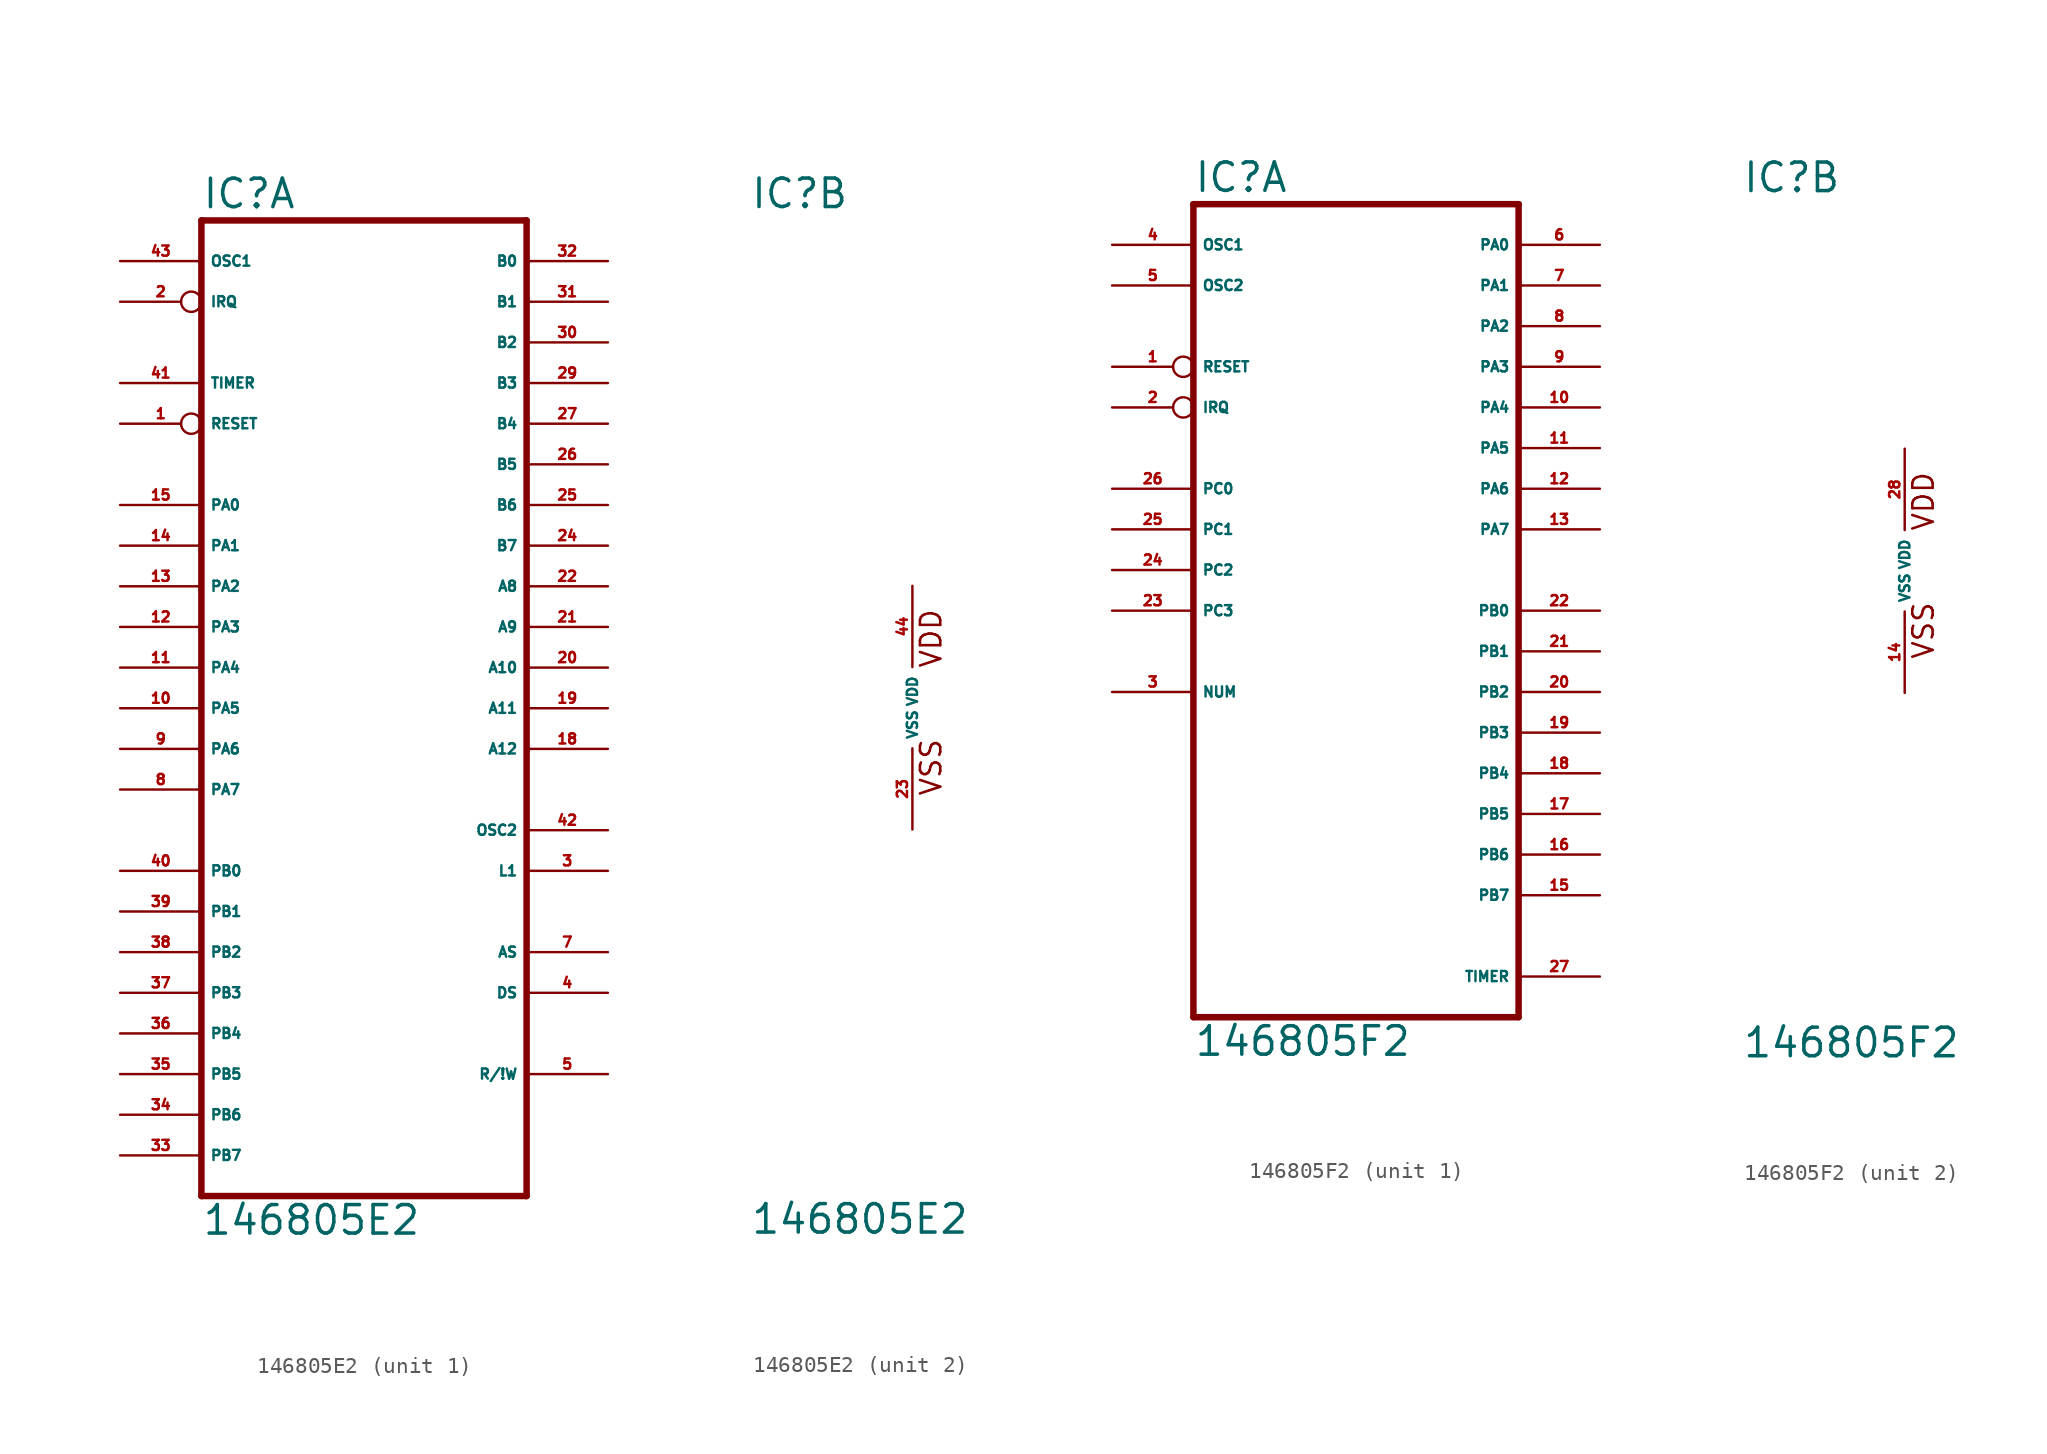
<source format=kicad_sym>
(kicad_symbol_lib
  (version 20220914)
  (generator Eagle2Kicad)
  (symbol "146805E2"
    (property "Reference" "IC"
      (at -10.16 31.115 0)
      (effects (font (size 1.778 1.778) (thickness 0.22)) (justify left bottom)))
    (property "Value" "146805E2"
      (at -10.16 -33.02 0)
      (effects (font (size 1.778 1.778) (thickness 0.22)) (justify left bottom)))
    (symbol "146805E2_1_0"
      (polyline (pts (xy -10.16 -30.48) (xy 10.16 -30.48)) (stroke (width 0.406) (type default)) (fill (type none)))
      (polyline (pts (xy 10.16 -30.48) (xy 10.16 30.48)) (stroke (width 0.406) (type default)) (fill (type none)))
      (polyline (pts (xy 10.16 30.48) (xy -10.16 30.48)) (stroke (width 0.406) (type default)) (fill (type none)))
      (polyline (pts (xy -10.16 30.48) (xy -10.16 -30.48)) (stroke (width 0.406) (type default)) (fill (type none)))
      (pin input inverted (at -15.24 17.78 0) (length 5.08) (name "RESET" (effects (font (size 0.635 0.635) (thickness 0.08)) (justify left bottom))) (number "1" (effects (font (size 0.635 0.635) (thickness 0.08)) (justify left bottom))))
      (pin input inverted (at -15.24 25.4 0) (length 5.08) (name "IRQ" (effects (font (size 0.635 0.635) (thickness 0.08)) (justify left bottom))) (number "2" (effects (font (size 0.635 0.635) (thickness 0.08)) (justify left bottom))))
      (pin output line (at 15.24 -10.16 180) (length 5.08) (name "L1" (effects (font (size 0.635 0.635) (thickness 0.08)) (justify left bottom))) (number "3" (effects (font (size 0.635 0.635) (thickness 0.08)) (justify left bottom))))
      (pin output line (at 15.24 -17.78 180) (length 5.08) (name "DS" (effects (font (size 0.635 0.635) (thickness 0.08)) (justify left bottom))) (number "4" (effects (font (size 0.635 0.635) (thickness 0.08)) (justify left bottom))))
      (pin output line (at 15.24 -22.86 180) (length 5.08) (name "R/!W" (effects (font (size 0.635 0.635) (thickness 0.08)) (justify left bottom))) (number "5" (effects (font (size 0.635 0.635) (thickness 0.08)) (justify left bottom))))
      (pin output line (at 15.24 -15.24 180) (length 5.08) (name "AS" (effects (font (size 0.635 0.635) (thickness 0.08)) (justify left bottom))) (number "7" (effects (font (size 0.635 0.635) (thickness 0.08)) (justify left bottom))))
      (pin bidirectional line (at -15.24 -5.08 0) (length 5.08) (name "PA7" (effects (font (size 0.635 0.635) (thickness 0.08)) (justify left bottom))) (number "8" (effects (font (size 0.635 0.635) (thickness 0.08)) (justify left bottom))))
      (pin bidirectional line (at -15.24 -2.54 0) (length 5.08) (name "PA6" (effects (font (size 0.635 0.635) (thickness 0.08)) (justify left bottom))) (number "9" (effects (font (size 0.635 0.635) (thickness 0.08)) (justify left bottom))))
      (pin bidirectional line (at -15.24 0 0) (length 5.08) (name "PA5" (effects (font (size 0.635 0.635) (thickness 0.08)) (justify left bottom))) (number "10" (effects (font (size 0.635 0.635) (thickness 0.08)) (justify left bottom))))
      (pin bidirectional line (at -15.24 2.54 0) (length 5.08) (name "PA4" (effects (font (size 0.635 0.635) (thickness 0.08)) (justify left bottom))) (number "11" (effects (font (size 0.635 0.635) (thickness 0.08)) (justify left bottom))))
      (pin bidirectional line (at -15.24 5.08 0) (length 5.08) (name "PA3" (effects (font (size 0.635 0.635) (thickness 0.08)) (justify left bottom))) (number "12" (effects (font (size 0.635 0.635) (thickness 0.08)) (justify left bottom))))
      (pin bidirectional line (at -15.24 7.62 0) (length 5.08) (name "PA2" (effects (font (size 0.635 0.635) (thickness 0.08)) (justify left bottom))) (number "13" (effects (font (size 0.635 0.635) (thickness 0.08)) (justify left bottom))))
      (pin bidirectional line (at -15.24 10.16 0) (length 5.08) (name "PA1" (effects (font (size 0.635 0.635) (thickness 0.08)) (justify left bottom))) (number "14" (effects (font (size 0.635 0.635) (thickness 0.08)) (justify left bottom))))
      (pin bidirectional line (at -15.24 12.7 0) (length 5.08) (name "PA0" (effects (font (size 0.635 0.635) (thickness 0.08)) (justify left bottom))) (number "15" (effects (font (size 0.635 0.635) (thickness 0.08)) (justify left bottom))))
      (pin output line (at 15.24 -2.54 180) (length 5.08) (name "A12" (effects (font (size 0.635 0.635) (thickness 0.08)) (justify left bottom))) (number "18" (effects (font (size 0.635 0.635) (thickness 0.08)) (justify left bottom))))
      (pin output line (at 15.24 0 180) (length 5.08) (name "A11" (effects (font (size 0.635 0.635) (thickness 0.08)) (justify left bottom))) (number "19" (effects (font (size 0.635 0.635) (thickness 0.08)) (justify left bottom))))
      (pin output line (at 15.24 2.54 180) (length 5.08) (name "A10" (effects (font (size 0.635 0.635) (thickness 0.08)) (justify left bottom))) (number "20" (effects (font (size 0.635 0.635) (thickness 0.08)) (justify left bottom))))
      (pin output line (at 15.24 5.08 180) (length 5.08) (name "A9" (effects (font (size 0.635 0.635) (thickness 0.08)) (justify left bottom))) (number "21" (effects (font (size 0.635 0.635) (thickness 0.08)) (justify left bottom))))
      (pin output line (at 15.24 7.62 180) (length 5.08) (name "A8" (effects (font (size 0.635 0.635) (thickness 0.08)) (justify left bottom))) (number "22" (effects (font (size 0.635 0.635) (thickness 0.08)) (justify left bottom))))
      (pin bidirectional line (at 15.24 10.16 180) (length 5.08) (name "B7" (effects (font (size 0.635 0.635) (thickness 0.08)) (justify left bottom))) (number "24" (effects (font (size 0.635 0.635) (thickness 0.08)) (justify left bottom))))
      (pin bidirectional line (at 15.24 12.7 180) (length 5.08) (name "B6" (effects (font (size 0.635 0.635) (thickness 0.08)) (justify left bottom))) (number "25" (effects (font (size 0.635 0.635) (thickness 0.08)) (justify left bottom))))
      (pin bidirectional line (at 15.24 15.24 180) (length 5.08) (name "B5" (effects (font (size 0.635 0.635) (thickness 0.08)) (justify left bottom))) (number "26" (effects (font (size 0.635 0.635) (thickness 0.08)) (justify left bottom))))
      (pin bidirectional line (at 15.24 17.78 180) (length 5.08) (name "B4" (effects (font (size 0.635 0.635) (thickness 0.08)) (justify left bottom))) (number "27" (effects (font (size 0.635 0.635) (thickness 0.08)) (justify left bottom))))
      (pin bidirectional line (at 15.24 20.32 180) (length 5.08) (name "B3" (effects (font (size 0.635 0.635) (thickness 0.08)) (justify left bottom))) (number "29" (effects (font (size 0.635 0.635) (thickness 0.08)) (justify left bottom))))
      (pin bidirectional line (at 15.24 22.86 180) (length 5.08) (name "B2" (effects (font (size 0.635 0.635) (thickness 0.08)) (justify left bottom))) (number "30" (effects (font (size 0.635 0.635) (thickness 0.08)) (justify left bottom))))
      (pin bidirectional line (at 15.24 25.4 180) (length 5.08) (name "B1" (effects (font (size 0.635 0.635) (thickness 0.08)) (justify left bottom))) (number "31" (effects (font (size 0.635 0.635) (thickness 0.08)) (justify left bottom))))
      (pin bidirectional line (at 15.24 27.94 180) (length 5.08) (name "B0" (effects (font (size 0.635 0.635) (thickness 0.08)) (justify left bottom))) (number "32" (effects (font (size 0.635 0.635) (thickness 0.08)) (justify left bottom))))
      (pin bidirectional line (at -15.24 -27.94 0) (length 5.08) (name "PB7" (effects (font (size 0.635 0.635) (thickness 0.08)) (justify left bottom))) (number "33" (effects (font (size 0.635 0.635) (thickness 0.08)) (justify left bottom))))
      (pin bidirectional line (at -15.24 -25.4 0) (length 5.08) (name "PB6" (effects (font (size 0.635 0.635) (thickness 0.08)) (justify left bottom))) (number "34" (effects (font (size 0.635 0.635) (thickness 0.08)) (justify left bottom))))
      (pin bidirectional line (at -15.24 -22.86 0) (length 5.08) (name "PB5" (effects (font (size 0.635 0.635) (thickness 0.08)) (justify left bottom))) (number "35" (effects (font (size 0.635 0.635) (thickness 0.08)) (justify left bottom))))
      (pin bidirectional line (at -15.24 -20.32 0) (length 5.08) (name "PB4" (effects (font (size 0.635 0.635) (thickness 0.08)) (justify left bottom))) (number "36" (effects (font (size 0.635 0.635) (thickness 0.08)) (justify left bottom))))
      (pin bidirectional line (at -15.24 -17.78 0) (length 5.08) (name "PB3" (effects (font (size 0.635 0.635) (thickness 0.08)) (justify left bottom))) (number "37" (effects (font (size 0.635 0.635) (thickness 0.08)) (justify left bottom))))
      (pin bidirectional line (at -15.24 -15.24 0) (length 5.08) (name "PB2" (effects (font (size 0.635 0.635) (thickness 0.08)) (justify left bottom))) (number "38" (effects (font (size 0.635 0.635) (thickness 0.08)) (justify left bottom))))
      (pin bidirectional line (at -15.24 -12.7 0) (length 5.08) (name "PB1" (effects (font (size 0.635 0.635) (thickness 0.08)) (justify left bottom))) (number "39" (effects (font (size 0.635 0.635) (thickness 0.08)) (justify left bottom))))
      (pin bidirectional line (at -15.24 -10.16 0) (length 5.08) (name "PB0" (effects (font (size 0.635 0.635) (thickness 0.08)) (justify left bottom))) (number "40" (effects (font (size 0.635 0.635) (thickness 0.08)) (justify left bottom))))
      (pin input line (at -15.24 20.32 0) (length 5.08) (name "TIMER" (effects (font (size 0.635 0.635) (thickness 0.08)) (justify left bottom))) (number "41" (effects (font (size 0.635 0.635) (thickness 0.08)) (justify left bottom))))
      (pin output line (at 15.24 -7.62 180) (length 5.08) (name "OSC2" (effects (font (size 0.635 0.635) (thickness 0.08)) (justify left bottom))) (number "42" (effects (font (size 0.635 0.635) (thickness 0.08)) (justify left bottom))))
      (pin input line (at -15.24 27.94 0) (length 5.08) (name "OSC1" (effects (font (size 0.635 0.635) (thickness 0.08)) (justify left bottom))) (number "43" (effects (font (size 0.635 0.635) (thickness 0.08)) (justify left bottom)))))
    (symbol "146805E2_2_0"
      (text "VSS" (at 1.905 -5.588 900) (effects (font (size 1.27 1.27) (thickness 0.16)) (justify left bottom)))
      (text "VDD" (at 1.905 2.413 900) (effects (font (size 1.27 1.27) (thickness 0.16)) (justify left bottom)))
      (pin unspecified line (at 0 -7.62 90) (length 5.08) (name "VSS" (effects (font (size 0.635 0.635) (thickness 0.08)) (justify left bottom))) (number "23" (effects (font (size 0.635 0.635) (thickness 0.08)) (justify left bottom))))
      (pin unspecified line (at 0 7.62 270) (length 5.08) (name "VDD" (effects (font (size 0.635 0.635) (thickness 0.08)) (justify left bottom))) (number "44" (effects (font (size 0.635 0.635) (thickness 0.08)) (justify left bottom))))))
  (symbol "146805F2"
    (property "Reference" "IC"
      (at -10.16 23.495 0)
      (effects (font (size 1.778 1.778) (thickness 0.22)) (justify left bottom)))
    (property "Value" "146805F2"
      (at -10.16 -30.48 0)
      (effects (font (size 1.778 1.778) (thickness 0.22)) (justify left bottom)))
    (symbol "146805F2_1_0"
      (polyline (pts (xy -10.16 -27.94) (xy 10.16 -27.94)) (stroke (width 0.406) (type default)) (fill (type none)))
      (polyline (pts (xy 10.16 -27.94) (xy 10.16 22.86)) (stroke (width 0.406) (type default)) (fill (type none)))
      (polyline (pts (xy 10.16 22.86) (xy -10.16 22.86)) (stroke (width 0.406) (type default)) (fill (type none)))
      (polyline (pts (xy -10.16 22.86) (xy -10.16 -27.94)) (stroke (width 0.406) (type default)) (fill (type none)))
      (pin input inverted (at -15.24 12.7 0) (length 5.08) (name "RESET" (effects (font (size 0.635 0.635) (thickness 0.08)) (justify left bottom))) (number "1" (effects (font (size 0.635 0.635) (thickness 0.08)) (justify left bottom))))
      (pin input inverted (at -15.24 10.16 0) (length 5.08) (name "IRQ" (effects (font (size 0.635 0.635) (thickness 0.08)) (justify left bottom))) (number "2" (effects (font (size 0.635 0.635) (thickness 0.08)) (justify left bottom))))
      (pin input line (at -15.24 -7.62 0) (length 5.08) (name "NUM" (effects (font (size 0.635 0.635) (thickness 0.08)) (justify left bottom))) (number "3" (effects (font (size 0.635 0.635) (thickness 0.08)) (justify left bottom))))
      (pin input line (at -15.24 20.32 0) (length 5.08) (name "OSC1" (effects (font (size 0.635 0.635) (thickness 0.08)) (justify left bottom))) (number "4" (effects (font (size 0.635 0.635) (thickness 0.08)) (justify left bottom))))
      (pin passive line (at -15.24 17.78 0) (length 5.08) (name "OSC2" (effects (font (size 0.635 0.635) (thickness 0.08)) (justify left bottom))) (number "5" (effects (font (size 0.635 0.635) (thickness 0.08)) (justify left bottom))))
      (pin bidirectional line (at 15.24 20.32 180) (length 5.08) (name "PA0" (effects (font (size 0.635 0.635) (thickness 0.08)) (justify left bottom))) (number "6" (effects (font (size 0.635 0.635) (thickness 0.08)) (justify left bottom))))
      (pin bidirectional line (at 15.24 17.78 180) (length 5.08) (name "PA1" (effects (font (size 0.635 0.635) (thickness 0.08)) (justify left bottom))) (number "7" (effects (font (size 0.635 0.635) (thickness 0.08)) (justify left bottom))))
      (pin bidirectional line (at 15.24 15.24 180) (length 5.08) (name "PA2" (effects (font (size 0.635 0.635) (thickness 0.08)) (justify left bottom))) (number "8" (effects (font (size 0.635 0.635) (thickness 0.08)) (justify left bottom))))
      (pin bidirectional line (at 15.24 12.7 180) (length 5.08) (name "PA3" (effects (font (size 0.635 0.635) (thickness 0.08)) (justify left bottom))) (number "9" (effects (font (size 0.635 0.635) (thickness 0.08)) (justify left bottom))))
      (pin bidirectional line (at 15.24 10.16 180) (length 5.08) (name "PA4" (effects (font (size 0.635 0.635) (thickness 0.08)) (justify left bottom))) (number "10" (effects (font (size 0.635 0.635) (thickness 0.08)) (justify left bottom))))
      (pin bidirectional line (at 15.24 7.62 180) (length 5.08) (name "PA5" (effects (font (size 0.635 0.635) (thickness 0.08)) (justify left bottom))) (number "11" (effects (font (size 0.635 0.635) (thickness 0.08)) (justify left bottom))))
      (pin bidirectional line (at 15.24 5.08 180) (length 5.08) (name "PA6" (effects (font (size 0.635 0.635) (thickness 0.08)) (justify left bottom))) (number "12" (effects (font (size 0.635 0.635) (thickness 0.08)) (justify left bottom))))
      (pin bidirectional line (at 15.24 2.54 180) (length 5.08) (name "PA7" (effects (font (size 0.635 0.635) (thickness 0.08)) (justify left bottom))) (number "13" (effects (font (size 0.635 0.635) (thickness 0.08)) (justify left bottom))))
      (pin bidirectional line (at 15.24 -20.32 180) (length 5.08) (name "PB7" (effects (font (size 0.635 0.635) (thickness 0.08)) (justify left bottom))) (number "15" (effects (font (size 0.635 0.635) (thickness 0.08)) (justify left bottom))))
      (pin bidirectional line (at 15.24 -17.78 180) (length 5.08) (name "PB6" (effects (font (size 0.635 0.635) (thickness 0.08)) (justify left bottom))) (number "16" (effects (font (size 0.635 0.635) (thickness 0.08)) (justify left bottom))))
      (pin bidirectional line (at 15.24 -15.24 180) (length 5.08) (name "PB5" (effects (font (size 0.635 0.635) (thickness 0.08)) (justify left bottom))) (number "17" (effects (font (size 0.635 0.635) (thickness 0.08)) (justify left bottom))))
      (pin bidirectional line (at 15.24 -12.7 180) (length 5.08) (name "PB4" (effects (font (size 0.635 0.635) (thickness 0.08)) (justify left bottom))) (number "18" (effects (font (size 0.635 0.635) (thickness 0.08)) (justify left bottom))))
      (pin bidirectional line (at 15.24 -10.16 180) (length 5.08) (name "PB3" (effects (font (size 0.635 0.635) (thickness 0.08)) (justify left bottom))) (number "19" (effects (font (size 0.635 0.635) (thickness 0.08)) (justify left bottom))))
      (pin bidirectional line (at 15.24 -7.62 180) (length 5.08) (name "PB2" (effects (font (size 0.635 0.635) (thickness 0.08)) (justify left bottom))) (number "20" (effects (font (size 0.635 0.635) (thickness 0.08)) (justify left bottom))))
      (pin bidirectional line (at 15.24 -5.08 180) (length 5.08) (name "PB1" (effects (font (size 0.635 0.635) (thickness 0.08)) (justify left bottom))) (number "21" (effects (font (size 0.635 0.635) (thickness 0.08)) (justify left bottom))))
      (pin bidirectional line (at 15.24 -2.54 180) (length 5.08) (name "PB0" (effects (font (size 0.635 0.635) (thickness 0.08)) (justify left bottom))) (number "22" (effects (font (size 0.635 0.635) (thickness 0.08)) (justify left bottom))))
      (pin input line (at -15.24 -2.54 0) (length 5.08) (name "PC3" (effects (font (size 0.635 0.635) (thickness 0.08)) (justify left bottom))) (number "23" (effects (font (size 0.635 0.635) (thickness 0.08)) (justify left bottom))))
      (pin input line (at -15.24 0 0) (length 5.08) (name "PC2" (effects (font (size 0.635 0.635) (thickness 0.08)) (justify left bottom))) (number "24" (effects (font (size 0.635 0.635) (thickness 0.08)) (justify left bottom))))
      (pin input line (at -15.24 2.54 0) (length 5.08) (name "PC1" (effects (font (size 0.635 0.635) (thickness 0.08)) (justify left bottom))) (number "25" (effects (font (size 0.635 0.635) (thickness 0.08)) (justify left bottom))))
      (pin input line (at -15.24 5.08 0) (length 5.08) (name "PC0" (effects (font (size 0.635 0.635) (thickness 0.08)) (justify left bottom))) (number "26" (effects (font (size 0.635 0.635) (thickness 0.08)) (justify left bottom))))
      (pin bidirectional line (at 15.24 -25.4 180) (length 5.08) (name "TIMER" (effects (font (size 0.635 0.635) (thickness 0.08)) (justify left bottom))) (number "27" (effects (font (size 0.635 0.635) (thickness 0.08)) (justify left bottom)))))
    (symbol "146805F2_2_0"
      (text "VSS" (at 1.905 -5.588 900) (effects (font (size 1.27 1.27) (thickness 0.16)) (justify left bottom)))
      (text "VDD" (at 1.905 2.413 900) (effects (font (size 1.27 1.27) (thickness 0.16)) (justify left bottom)))
      (pin unspecified line (at 0 -7.62 90) (length 5.08) (name "VSS" (effects (font (size 0.635 0.635) (thickness 0.08)) (justify left bottom))) (number "14" (effects (font (size 0.635 0.635) (thickness 0.08)) (justify left bottom))))
      (pin unspecified line (at 0 7.62 270) (length 5.08) (name "VDD" (effects (font (size 0.635 0.635) (thickness 0.08)) (justify left bottom))) (number "28" (effects (font (size 0.635 0.635) (thickness 0.08)) (justify left bottom)))))))
</source>
